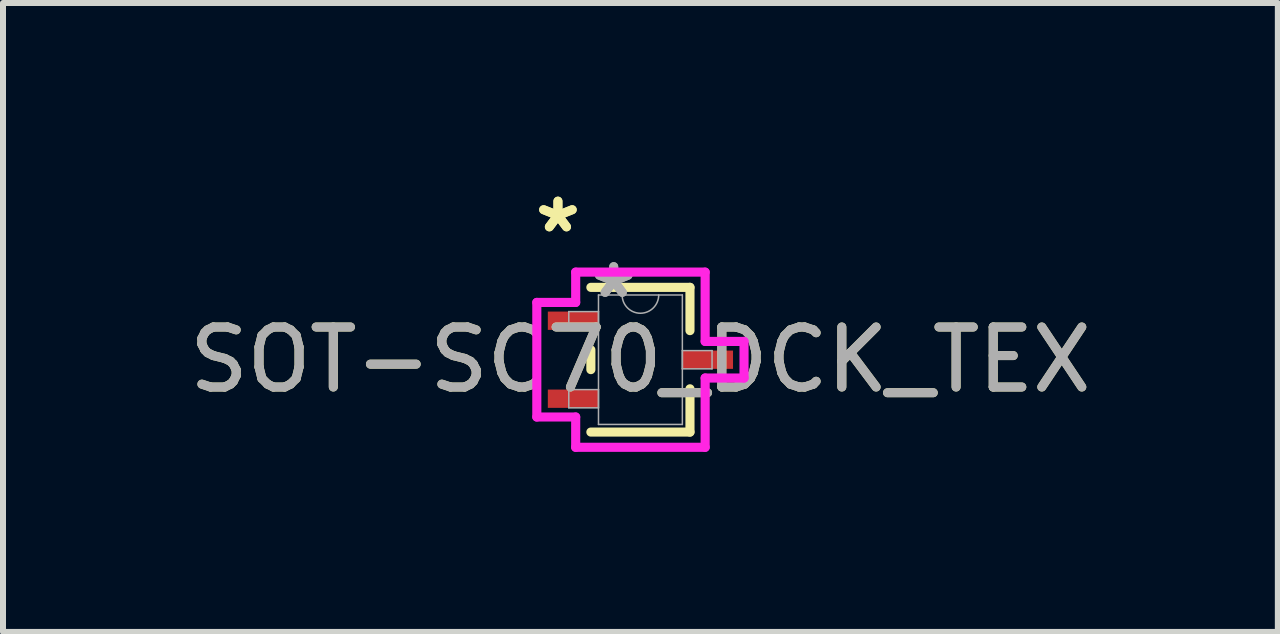
<source format=kicad_pcb>
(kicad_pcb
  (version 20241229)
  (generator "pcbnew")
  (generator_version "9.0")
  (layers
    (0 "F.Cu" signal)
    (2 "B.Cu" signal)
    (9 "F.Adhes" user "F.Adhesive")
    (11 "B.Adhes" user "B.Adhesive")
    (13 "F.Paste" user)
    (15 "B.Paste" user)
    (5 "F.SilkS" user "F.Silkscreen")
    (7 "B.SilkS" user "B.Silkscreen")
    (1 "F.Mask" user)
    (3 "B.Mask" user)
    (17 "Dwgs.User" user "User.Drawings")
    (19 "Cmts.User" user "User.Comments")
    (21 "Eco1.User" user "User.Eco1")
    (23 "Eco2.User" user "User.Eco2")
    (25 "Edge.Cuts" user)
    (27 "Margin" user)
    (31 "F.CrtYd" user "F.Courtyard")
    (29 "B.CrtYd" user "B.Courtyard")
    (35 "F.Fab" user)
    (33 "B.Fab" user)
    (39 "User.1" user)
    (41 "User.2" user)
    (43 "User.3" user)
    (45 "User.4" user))
  (footprint "SOT-SC70_DCK_TEX"
    (layer "F.Cu")
    (at 7.625 2.946)
    (property "Reference" "SOT-SC70_DCK_TEX" (at 0 0 0) (unlocked yes) (layer "F.SilkS") (effects (font (size 1 1) (thickness 0.15))))
    (attr smd)
    (fp_line (start -0.826 -0.165) (end -0.826 0.165) (stroke (width 0.152) (type solid)) (layer "F.SilkS"))
    (fp_line (start -0.826 1.206) (end 0.826 1.206) (stroke (width 0.152) (type solid)) (layer "F.SilkS"))
    (fp_line (start 0.826 -1.206) (end -0.826 -1.206) (stroke (width 0.152) (type solid)) (layer "F.SilkS"))
    (fp_line (start 0.826 -0.485) (end 0.826 -1.206) (stroke (width 0.152) (type solid)) (layer "F.SilkS"))
    (fp_line (start 0.826 1.206) (end 0.826 0.485) (stroke (width 0.152) (type solid)) (layer "F.SilkS"))
    (fp_line (start -1.727 -0.955) (end -1.079 -0.955) (stroke (width 0.152) (type solid)) (layer "F.CrtYd"))
    (fp_line (start -1.727 0.955) (end -1.727 -0.955) (stroke (width 0.152) (type solid)) (layer "F.CrtYd"))
    (fp_line (start -1.079 -1.46) (end 1.079 -1.46) (stroke (width 0.152) (type solid)) (layer "F.CrtYd"))
    (fp_line (start -1.079 -0.955) (end -1.079 -1.46) (stroke (width 0.152) (type solid)) (layer "F.CrtYd"))
    (fp_line (start -1.079 0.955) (end -1.727 0.955) (stroke (width 0.152) (type solid)) (layer "F.CrtYd"))
    (fp_line (start -1.079 1.46) (end -1.079 0.955) (stroke (width 0.152) (type solid)) (layer "F.CrtYd"))
    (fp_line (start 1.079 -1.46) (end 1.079 -0.305) (stroke (width 0.152) (type solid)) (layer "F.CrtYd"))
    (fp_line (start 1.079 -0.305) (end 1.727 -0.305) (stroke (width 0.152) (type solid)) (layer "F.CrtYd"))
    (fp_line (start 1.079 0.305) (end 1.079 1.46) (stroke (width 0.152) (type solid)) (layer "F.CrtYd"))
    (fp_line (start 1.079 1.46) (end -1.079 1.46) (stroke (width 0.152) (type solid)) (layer "F.CrtYd"))
    (fp_line (start 1.727 -0.305) (end 1.727 0.305) (stroke (width 0.152) (type solid)) (layer "F.CrtYd"))
    (fp_line (start 1.727 0.305) (end 1.079 0.305) (stroke (width 0.152) (type solid)) (layer "F.CrtYd"))
    (fp_line (start -1.194 -0.802) (end -1.194 -0.498) (stroke (width 0.025) (type solid)) (layer "F.Fab"))
    (fp_line (start -1.194 -0.498) (end -0.699 -0.498) (stroke (width 0.025) (type solid)) (layer "F.Fab"))
    (fp_line (start -1.194 0.498) (end -1.194 0.802) (stroke (width 0.025) (type solid)) (layer "F.Fab"))
    (fp_line (start -1.194 0.802) (end -0.699 0.802) (stroke (width 0.025) (type solid)) (layer "F.Fab"))
    (fp_line (start -0.699 -1.079) (end -0.699 1.079) (stroke (width 0.025) (type solid)) (layer "F.Fab"))
    (fp_line (start -0.699 -0.802) (end -1.194 -0.802) (stroke (width 0.025) (type solid)) (layer "F.Fab"))
    (fp_line (start -0.699 -0.498) (end -0.699 -0.802) (stroke (width 0.025) (type solid)) (layer "F.Fab"))
    (fp_line (start -0.699 0.498) (end -1.194 0.498) (stroke (width 0.025) (type solid)) (layer "F.Fab"))
    (fp_line (start -0.699 0.802) (end -0.699 0.498) (stroke (width 0.025) (type solid)) (layer "F.Fab"))
    (fp_line (start -0.699 1.079) (end 0.699 1.079) (stroke (width 0.025) (type solid)) (layer "F.Fab"))
    (fp_line (start 0.699 -1.079) (end -0.699 -1.079) (stroke (width 0.025) (type solid)) (layer "F.Fab"))
    (fp_line (start 0.699 -0.152) (end 0.699 0.152) (stroke (width 0.025) (type solid)) (layer "F.Fab"))
    (fp_line (start 0.699 0.152) (end 1.194 0.152) (stroke (width 0.025) (type solid)) (layer "F.Fab"))
    (fp_line (start 0.699 1.079) (end 0.699 -1.079) (stroke (width 0.025) (type solid)) (layer "F.Fab"))
    (fp_line (start 1.194 -0.152) (end 0.699 -0.152) (stroke (width 0.025) (type solid)) (layer "F.Fab"))
    (fp_line (start 1.194 0.152) (end 1.194 -0.152) (stroke (width 0.025) (type solid)) (layer "F.Fab"))
    (fp_arc (start 0.3048 -1.0795) (mid 0 -0.7747) (end -0.3048 -1.0795) (stroke (width 0.0254) (type solid)) (layer "F.Fab"))
    (fp_text user "*" (at -1.375 -2.098 0) (layer "F.SilkS") (effects (font (size 1 1) (thickness 0.15))))
    (fp_text user "*" (at -1.375 -2.098 0) (unlocked yes) (layer "F.SilkS") (effects (font (size 1 1) (thickness 0.15))))
    (fp_text user "*" (at -0.445 -1.006 0) (unlocked yes) (layer "F.Fab") (effects (font (size 1 1) (thickness 0.15))))
    (fp_text user "${REFERENCE}" (at 0 0 0) (unlocked yes) (layer "F.Fab") (effects (font (size 1 1) (thickness 0.15))))
    (fp_text user "*" (at -0.445 -1.006 0) (layer "F.Fab") (effects (font (size 1 1) (thickness 0.15))))
    (pad "1" smd rect (at -1.121 -0.65) (size 0.845 0.305) (layers "F.Cu" "F.Mask" "F.Paste"))
    (pad "2" smd rect (at -1.121 0.65) (size 0.845 0.305) (layers "F.Cu" "F.Mask" "F.Paste"))
    (pad "3" smd rect (at 1.121 0) (size 0.845 0.305) (layers "F.Cu" "F.Mask" "F.Paste")))
  (gr_rect
    (start -3 -3)
    (end 18.25 7.483)
    (stroke (width 0.1) (type default))
    (fill no)
    (layer "Edge.Cuts")))
</source>
